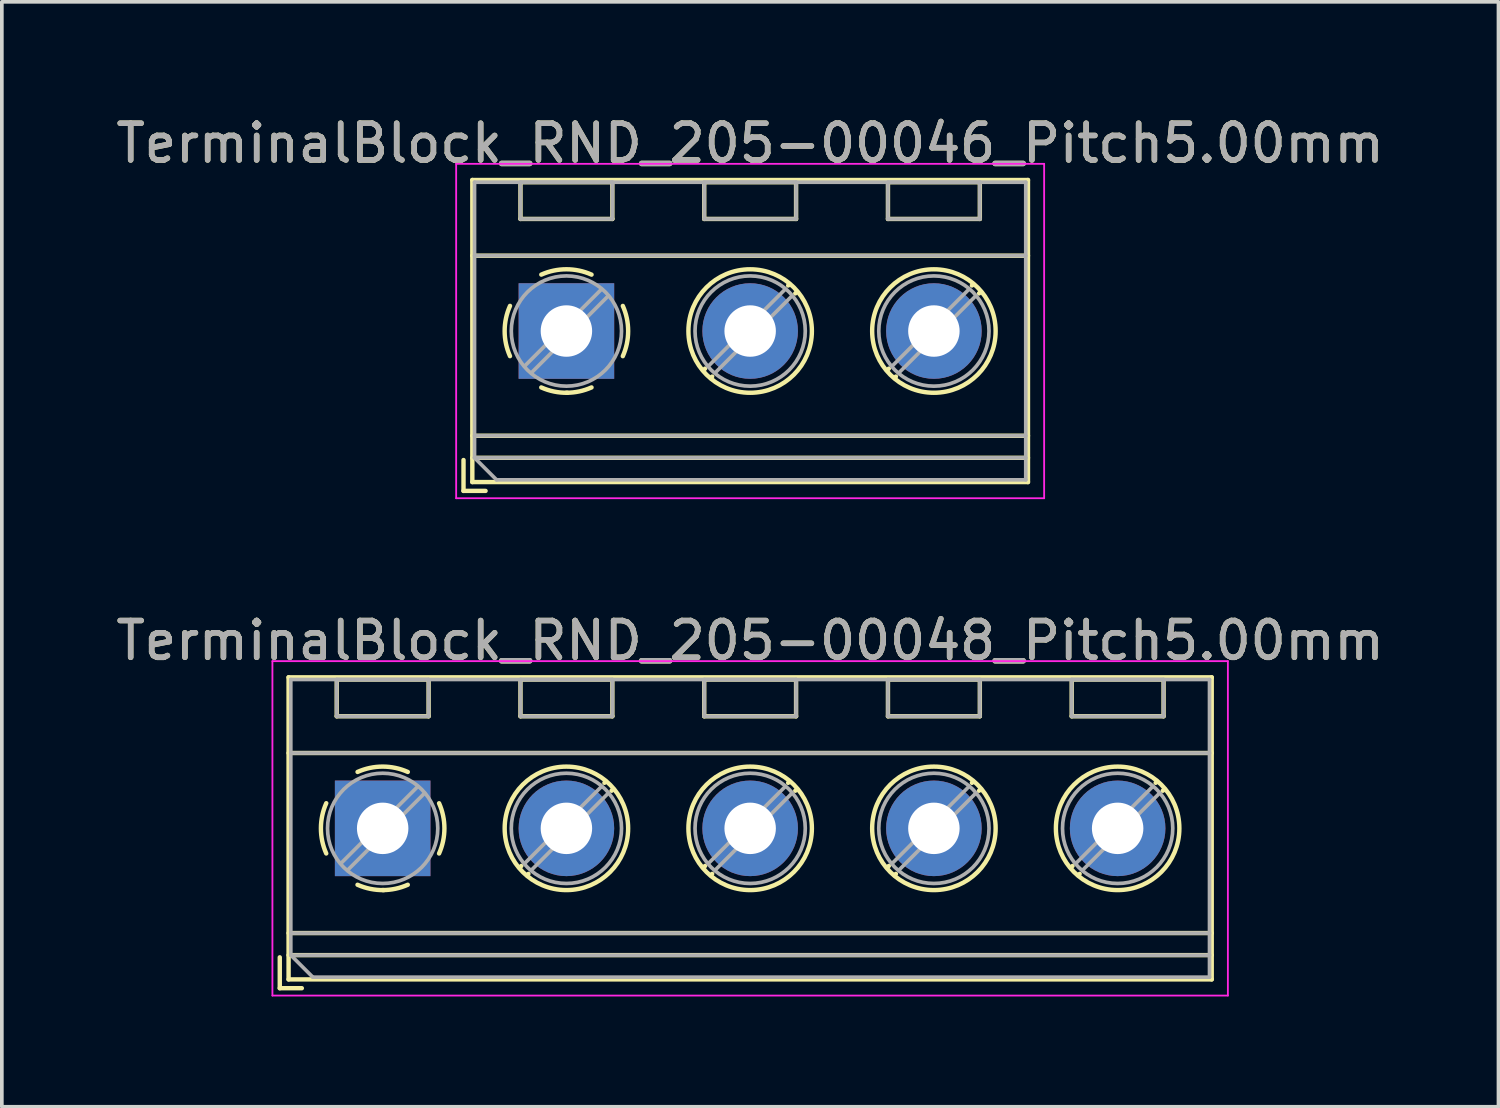
<source format=kicad_pcb>
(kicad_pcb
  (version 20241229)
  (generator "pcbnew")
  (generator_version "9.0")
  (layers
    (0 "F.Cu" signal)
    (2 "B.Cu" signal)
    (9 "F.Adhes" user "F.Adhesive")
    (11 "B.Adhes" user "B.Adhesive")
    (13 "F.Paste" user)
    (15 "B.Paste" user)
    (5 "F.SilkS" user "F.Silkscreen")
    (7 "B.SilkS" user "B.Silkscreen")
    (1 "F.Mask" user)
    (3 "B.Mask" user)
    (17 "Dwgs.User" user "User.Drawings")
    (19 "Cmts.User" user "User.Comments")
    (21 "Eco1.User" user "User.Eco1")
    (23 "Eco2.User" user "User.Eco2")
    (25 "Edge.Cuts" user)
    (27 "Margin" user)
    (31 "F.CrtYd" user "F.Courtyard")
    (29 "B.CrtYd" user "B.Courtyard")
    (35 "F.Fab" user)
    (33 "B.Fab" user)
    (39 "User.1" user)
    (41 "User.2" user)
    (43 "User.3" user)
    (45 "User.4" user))
  (footprint "TerminalBlock_RND_205-00048_Pitch5.00mm"
    (layer "F.Cu")
    (at 7.363 19.491)
    (property "Reference" "TerminalBlock_RND_205-00048_Pitch5.00mm" (at 10 -5.11 0) (layer "F.SilkS") (effects (font (size 1 1) (thickness 0.15))))
    (attr through_hole)
    (fp_line (start -2.8 3.51) (end -2.8 4.35) (stroke (width 0.12) (type solid)) (layer "F.SilkS"))
    (fp_line (start -2.8 4.35) (end -2.2 4.35) (stroke (width 0.12) (type solid)) (layer "F.SilkS"))
    (fp_line (start -2.56 -4.11) (end -2.56 4.11) (stroke (width 0.12) (type solid)) (layer "F.SilkS"))
    (fp_line (start -2.56 -2.05) (end 22.56 -2.05) (stroke (width 0.12) (type solid)) (layer "F.SilkS"))
    (fp_line (start -2.56 2.85) (end 22.56 2.85) (stroke (width 0.12) (type solid)) (layer "F.SilkS"))
    (fp_line (start -2.56 3.45) (end 22.56 3.45) (stroke (width 0.12) (type solid)) (layer "F.SilkS"))
    (fp_line (start -2.56 4.11) (end 22.56 4.11) (stroke (width 0.12) (type solid)) (layer "F.SilkS"))
    (fp_line (start -1.25 -4.05) (end -1.25 -3.05) (stroke (width 0.12) (type solid)) (layer "F.SilkS"))
    (fp_line (start -1.25 -4.05) (end 1.25 -4.05) (stroke (width 0.12) (type solid)) (layer "F.SilkS"))
    (fp_line (start -1.25 -3.05) (end 1.25 -3.05) (stroke (width 0.12) (type solid)) (layer "F.SilkS"))
    (fp_line (start 1.25 -4.05) (end 1.25 -3.05) (stroke (width 0.12) (type solid)) (layer "F.SilkS"))
    (fp_line (start 3.75 -4.05) (end 3.75 -3.05) (stroke (width 0.12) (type solid)) (layer "F.SilkS"))
    (fp_line (start 3.75 -4.05) (end 6.25 -4.05) (stroke (width 0.12) (type solid)) (layer "F.SilkS"))
    (fp_line (start 3.75 -3.05) (end 6.25 -3.05) (stroke (width 0.12) (type solid)) (layer "F.SilkS"))
    (fp_line (start 3.773 1.023) (end 3.726 1.069) (stroke (width 0.12) (type solid)) (layer "F.SilkS"))
    (fp_line (start 3.966 1.239) (end 3.931 1.274) (stroke (width 0.12) (type solid)) (layer "F.SilkS"))
    (fp_line (start 6.07 -1.275) (end 6.035 -1.239) (stroke (width 0.12) (type solid)) (layer "F.SilkS"))
    (fp_line (start 6.25 -4.05) (end 6.25 -3.05) (stroke (width 0.12) (type solid)) (layer "F.SilkS"))
    (fp_line (start 6.275 -1.069) (end 6.228 -1.023) (stroke (width 0.12) (type solid)) (layer "F.SilkS"))
    (fp_line (start 8.75 -4.05) (end 8.75 -3.05) (stroke (width 0.12) (type solid)) (layer "F.SilkS"))
    (fp_line (start 8.75 -4.05) (end 11.25 -4.05) (stroke (width 0.12) (type solid)) (layer "F.SilkS"))
    (fp_line (start 8.75 -3.05) (end 11.25 -3.05) (stroke (width 0.12) (type solid)) (layer "F.SilkS"))
    (fp_line (start 8.773 1.023) (end 8.726 1.069) (stroke (width 0.12) (type solid)) (layer "F.SilkS"))
    (fp_line (start 8.966 1.239) (end 8.931 1.274) (stroke (width 0.12) (type solid)) (layer "F.SilkS"))
    (fp_line (start 11.07 -1.275) (end 11.035 -1.239) (stroke (width 0.12) (type solid)) (layer "F.SilkS"))
    (fp_line (start 11.25 -4.05) (end 11.25 -3.05) (stroke (width 0.12) (type solid)) (layer "F.SilkS"))
    (fp_line (start 11.275 -1.069) (end 11.228 -1.023) (stroke (width 0.12) (type solid)) (layer "F.SilkS"))
    (fp_line (start 13.75 -4.05) (end 13.75 -3.05) (stroke (width 0.12) (type solid)) (layer "F.SilkS"))
    (fp_line (start 13.75 -4.05) (end 16.25 -4.05) (stroke (width 0.12) (type solid)) (layer "F.SilkS"))
    (fp_line (start 13.75 -3.05) (end 16.25 -3.05) (stroke (width 0.12) (type solid)) (layer "F.SilkS"))
    (fp_line (start 13.773 1.023) (end 13.726 1.069) (stroke (width 0.12) (type solid)) (layer "F.SilkS"))
    (fp_line (start 13.966 1.239) (end 13.931 1.274) (stroke (width 0.12) (type solid)) (layer "F.SilkS"))
    (fp_line (start 16.07 -1.275) (end 16.035 -1.239) (stroke (width 0.12) (type solid)) (layer "F.SilkS"))
    (fp_line (start 16.25 -4.05) (end 16.25 -3.05) (stroke (width 0.12) (type solid)) (layer "F.SilkS"))
    (fp_line (start 16.275 -1.069) (end 16.228 -1.023) (stroke (width 0.12) (type solid)) (layer "F.SilkS"))
    (fp_line (start 18.75 -4.05) (end 18.75 -3.05) (stroke (width 0.12) (type solid)) (layer "F.SilkS"))
    (fp_line (start 18.75 -4.05) (end 21.25 -4.05) (stroke (width 0.12) (type solid)) (layer "F.SilkS"))
    (fp_line (start 18.75 -3.05) (end 21.25 -3.05) (stroke (width 0.12) (type solid)) (layer "F.SilkS"))
    (fp_line (start 18.773 1.023) (end 18.726 1.069) (stroke (width 0.12) (type solid)) (layer "F.SilkS"))
    (fp_line (start 18.966 1.239) (end 18.931 1.274) (stroke (width 0.12) (type solid)) (layer "F.SilkS"))
    (fp_line (start 21.07 -1.275) (end 21.035 -1.239) (stroke (width 0.12) (type solid)) (layer "F.SilkS"))
    (fp_line (start 21.25 -4.05) (end 21.25 -3.05) (stroke (width 0.12) (type solid)) (layer "F.SilkS"))
    (fp_line (start 21.275 -1.069) (end 21.228 -1.023) (stroke (width 0.12) (type solid)) (layer "F.SilkS"))
    (fp_line (start 22.56 -4.11) (end -2.56 -4.11) (stroke (width 0.12) (type solid)) (layer "F.SilkS"))
    (fp_line (start 22.56 4.11) (end 22.56 -4.11) (stroke (width 0.12) (type solid)) (layer "F.SilkS"))
    (fp_arc (start -1.535427 0.683042) (mid -1.680501 -0.000524) (end -1.535 -0.684) (stroke (width 0.12) (type solid)) (layer "F.SilkS"))
    (fp_arc (start -0.683042 -1.535427) (mid 0.000524 -1.680501) (end 0.684 -1.535) (stroke (width 0.12) (type solid)) (layer "F.SilkS"))
    (fp_arc (start 0.028805 1.680253) (mid -0.335551 1.646659) (end -0.684 1.535) (stroke (width 0.12) (type solid)) (layer "F.SilkS"))
    (fp_arc (start 0.683318 1.534756) (mid 0.349292 1.643288) (end 0 1.68) (stroke (width 0.12) (type solid)) (layer "F.SilkS"))
    (fp_arc (start 1.535427 -0.683042) (mid 1.680501 0.000524) (end 1.535 0.684) (stroke (width 0.12) (type solid)) (layer "F.SilkS"))
    (fp_circle (center 5 0) (end 6.68 0) (stroke (width 0.12) (type solid)) (fill no) (layer "F.SilkS"))
    (fp_circle (center 10 0) (end 11.68 0) (stroke (width 0.12) (type solid)) (fill no) (layer "F.SilkS"))
    (fp_circle (center 15 0) (end 16.68 0) (stroke (width 0.12) (type solid)) (fill no) (layer "F.SilkS"))
    (fp_circle (center 20 0) (end 21.68 0) (stroke (width 0.12) (type solid)) (fill no) (layer "F.SilkS"))
    (fp_line (start -3 -4.55) (end -3 4.55) (stroke (width 0.05) (type solid)) (layer "F.CrtYd"))
    (fp_line (start -3 4.55) (end 23 4.55) (stroke (width 0.05) (type solid)) (layer "F.CrtYd"))
    (fp_line (start 23 -4.55) (end -3 -4.55) (stroke (width 0.05) (type solid)) (layer "F.CrtYd"))
    (fp_line (start 23 4.55) (end 23 -4.55) (stroke (width 0.05) (type solid)) (layer "F.CrtYd"))
    (fp_line (start -2.5 -4.05) (end 22.5 -4.05) (stroke (width 0.1) (type solid)) (layer "F.Fab"))
    (fp_line (start -2.5 -2.05) (end 22.5 -2.05) (stroke (width 0.1) (type solid)) (layer "F.Fab"))
    (fp_line (start -2.5 2.85) (end 22.5 2.85) (stroke (width 0.1) (type solid)) (layer "F.Fab"))
    (fp_line (start -2.5 3.45) (end -2.5 -4.05) (stroke (width 0.1) (type solid)) (layer "F.Fab"))
    (fp_line (start -2.5 3.45) (end 22.5 3.45) (stroke (width 0.1) (type solid)) (layer "F.Fab"))
    (fp_line (start -1.9 4.05) (end -2.5 3.45) (stroke (width 0.1) (type solid)) (layer "F.Fab"))
    (fp_line (start -1.25 -4.05) (end -1.25 -3.05) (stroke (width 0.1) (type solid)) (layer "F.Fab"))
    (fp_line (start -1.25 -3.05) (end 1.25 -3.05) (stroke (width 0.1) (type solid)) (layer "F.Fab"))
    (fp_line (start 0.955 -1.138) (end -1.138 0.955) (stroke (width 0.1) (type solid)) (layer "F.Fab"))
    (fp_line (start 1.138 -0.955) (end -0.955 1.138) (stroke (width 0.1) (type solid)) (layer "F.Fab"))
    (fp_line (start 1.25 -4.05) (end -1.25 -4.05) (stroke (width 0.1) (type solid)) (layer "F.Fab"))
    (fp_line (start 1.25 -3.05) (end 1.25 -4.05) (stroke (width 0.1) (type solid)) (layer "F.Fab"))
    (fp_line (start 3.75 -4.05) (end 3.75 -3.05) (stroke (width 0.1) (type solid)) (layer "F.Fab"))
    (fp_line (start 3.75 -3.05) (end 6.25 -3.05) (stroke (width 0.1) (type solid)) (layer "F.Fab"))
    (fp_line (start 5.955 -1.138) (end 3.863 0.955) (stroke (width 0.1) (type solid)) (layer "F.Fab"))
    (fp_line (start 6.138 -0.955) (end 4.046 1.138) (stroke (width 0.1) (type solid)) (layer "F.Fab"))
    (fp_line (start 6.25 -4.05) (end 3.75 -4.05) (stroke (width 0.1) (type solid)) (layer "F.Fab"))
    (fp_line (start 6.25 -3.05) (end 6.25 -4.05) (stroke (width 0.1) (type solid)) (layer "F.Fab"))
    (fp_line (start 8.75 -4.05) (end 8.75 -3.05) (stroke (width 0.1) (type solid)) (layer "F.Fab"))
    (fp_line (start 8.75 -3.05) (end 11.25 -3.05) (stroke (width 0.1) (type solid)) (layer "F.Fab"))
    (fp_line (start 10.955 -1.138) (end 8.863 0.955) (stroke (width 0.1) (type solid)) (layer "F.Fab"))
    (fp_line (start 11.138 -0.955) (end 9.046 1.138) (stroke (width 0.1) (type solid)) (layer "F.Fab"))
    (fp_line (start 11.25 -4.05) (end 8.75 -4.05) (stroke (width 0.1) (type solid)) (layer "F.Fab"))
    (fp_line (start 11.25 -3.05) (end 11.25 -4.05) (stroke (width 0.1) (type solid)) (layer "F.Fab"))
    (fp_line (start 13.75 -4.05) (end 13.75 -3.05) (stroke (width 0.1) (type solid)) (layer "F.Fab"))
    (fp_line (start 13.75 -3.05) (end 16.25 -3.05) (stroke (width 0.1) (type solid)) (layer "F.Fab"))
    (fp_line (start 15.955 -1.138) (end 13.863 0.955) (stroke (width 0.1) (type solid)) (layer "F.Fab"))
    (fp_line (start 16.138 -0.955) (end 14.046 1.138) (stroke (width 0.1) (type solid)) (layer "F.Fab"))
    (fp_line (start 16.25 -4.05) (end 13.75 -4.05) (stroke (width 0.1) (type solid)) (layer "F.Fab"))
    (fp_line (start 16.25 -3.05) (end 16.25 -4.05) (stroke (width 0.1) (type solid)) (layer "F.Fab"))
    (fp_line (start 18.75 -4.05) (end 18.75 -3.05) (stroke (width 0.1) (type solid)) (layer "F.Fab"))
    (fp_line (start 18.75 -3.05) (end 21.25 -3.05) (stroke (width 0.1) (type solid)) (layer "F.Fab"))
    (fp_line (start 20.955 -1.138) (end 18.863 0.955) (stroke (width 0.1) (type solid)) (layer "F.Fab"))
    (fp_line (start 21.138 -0.955) (end 19.046 1.138) (stroke (width 0.1) (type solid)) (layer "F.Fab"))
    (fp_line (start 21.25 -4.05) (end 18.75 -4.05) (stroke (width 0.1) (type solid)) (layer "F.Fab"))
    (fp_line (start 21.25 -3.05) (end 21.25 -4.05) (stroke (width 0.1) (type solid)) (layer "F.Fab"))
    (fp_line (start 22.5 -4.05) (end 22.5 4.05) (stroke (width 0.1) (type solid)) (layer "F.Fab"))
    (fp_line (start 22.5 4.05) (end -1.9 4.05) (stroke (width 0.1) (type solid)) (layer "F.Fab"))
    (fp_circle (center 0 0) (end 1.5 0) (stroke (width 0.1) (type solid)) (fill no) (layer "F.Fab"))
    (fp_circle (center 5 0) (end 6.5 0) (stroke (width 0.1) (type solid)) (fill no) (layer "F.Fab"))
    (fp_circle (center 10 0) (end 11.5 0) (stroke (width 0.1) (type solid)) (fill no) (layer "F.Fab"))
    (fp_circle (center 15 0) (end 16.5 0) (stroke (width 0.1) (type solid)) (fill no) (layer "F.Fab"))
    (fp_circle (center 20 0) (end 21.5 0) (stroke (width 0.1) (type solid)) (fill no) (layer "F.Fab"))
    (fp_text user "${REFERENCE}" (at 10 -5.11 0) (layer "F.Fab") (effects (font (size 1 1) (thickness 0.15))))
    (pad "1" thru_hole rect (at 0 0) (size 2.6 2.6) (drill 1.4) (layers "*.Cu" "*.Mask"))
    (pad "2" thru_hole circle (at 5 0) (size 2.6 2.6) (drill 1.4) (layers "*.Cu" "*.Mask"))
    (pad "3" thru_hole circle (at 10 0) (size 2.6 2.6) (drill 1.4) (layers "*.Cu" "*.Mask"))
    (pad "4" thru_hole circle (at 15 0) (size 2.6 2.6) (drill 1.4) (layers "*.Cu" "*.Mask"))
    (pad "5" thru_hole circle (at 20 0) (size 2.6 2.6) (drill 1.4) (layers "*.Cu" "*.Mask")))
  (footprint "TerminalBlock_RND_205-00046_Pitch5.00mm"
    (layer "F.Cu")
    (at 12.363 5.958)
    (property "Reference" "TerminalBlock_RND_205-00046_Pitch5.00mm" (at 5 -5.11 0) (layer "F.SilkS") (effects (font (size 1 1) (thickness 0.15))))
    (attr through_hole)
    (fp_line (start -2.8 3.51) (end -2.8 4.35) (stroke (width 0.12) (type solid)) (layer "F.SilkS"))
    (fp_line (start -2.8 4.35) (end -2.2 4.35) (stroke (width 0.12) (type solid)) (layer "F.SilkS"))
    (fp_line (start -2.56 -4.11) (end -2.56 4.11) (stroke (width 0.12) (type solid)) (layer "F.SilkS"))
    (fp_line (start -2.56 -2.05) (end 12.56 -2.05) (stroke (width 0.12) (type solid)) (layer "F.SilkS"))
    (fp_line (start -2.56 2.85) (end 12.56 2.85) (stroke (width 0.12) (type solid)) (layer "F.SilkS"))
    (fp_line (start -2.56 3.45) (end 12.56 3.45) (stroke (width 0.12) (type solid)) (layer "F.SilkS"))
    (fp_line (start -2.56 4.11) (end 12.56 4.11) (stroke (width 0.12) (type solid)) (layer "F.SilkS"))
    (fp_line (start -1.25 -4.05) (end -1.25 -3.05) (stroke (width 0.12) (type solid)) (layer "F.SilkS"))
    (fp_line (start -1.25 -4.05) (end 1.25 -4.05) (stroke (width 0.12) (type solid)) (layer "F.SilkS"))
    (fp_line (start -1.25 -3.05) (end 1.25 -3.05) (stroke (width 0.12) (type solid)) (layer "F.SilkS"))
    (fp_line (start 1.25 -4.05) (end 1.25 -3.05) (stroke (width 0.12) (type solid)) (layer "F.SilkS"))
    (fp_line (start 3.75 -4.05) (end 3.75 -3.05) (stroke (width 0.12) (type solid)) (layer "F.SilkS"))
    (fp_line (start 3.75 -4.05) (end 6.25 -4.05) (stroke (width 0.12) (type solid)) (layer "F.SilkS"))
    (fp_line (start 3.75 -3.05) (end 6.25 -3.05) (stroke (width 0.12) (type solid)) (layer "F.SilkS"))
    (fp_line (start 3.773 1.023) (end 3.726 1.069) (stroke (width 0.12) (type solid)) (layer "F.SilkS"))
    (fp_line (start 3.966 1.239) (end 3.931 1.274) (stroke (width 0.12) (type solid)) (layer "F.SilkS"))
    (fp_line (start 6.07 -1.275) (end 6.035 -1.239) (stroke (width 0.12) (type solid)) (layer "F.SilkS"))
    (fp_line (start 6.25 -4.05) (end 6.25 -3.05) (stroke (width 0.12) (type solid)) (layer "F.SilkS"))
    (fp_line (start 6.275 -1.069) (end 6.228 -1.023) (stroke (width 0.12) (type solid)) (layer "F.SilkS"))
    (fp_line (start 8.75 -4.05) (end 8.75 -3.05) (stroke (width 0.12) (type solid)) (layer "F.SilkS"))
    (fp_line (start 8.75 -4.05) (end 11.25 -4.05) (stroke (width 0.12) (type solid)) (layer "F.SilkS"))
    (fp_line (start 8.75 -3.05) (end 11.25 -3.05) (stroke (width 0.12) (type solid)) (layer "F.SilkS"))
    (fp_line (start 8.773 1.023) (end 8.726 1.069) (stroke (width 0.12) (type solid)) (layer "F.SilkS"))
    (fp_line (start 8.966 1.239) (end 8.931 1.274) (stroke (width 0.12) (type solid)) (layer "F.SilkS"))
    (fp_line (start 11.07 -1.275) (end 11.035 -1.239) (stroke (width 0.12) (type solid)) (layer "F.SilkS"))
    (fp_line (start 11.25 -4.05) (end 11.25 -3.05) (stroke (width 0.12) (type solid)) (layer "F.SilkS"))
    (fp_line (start 11.275 -1.069) (end 11.228 -1.023) (stroke (width 0.12) (type solid)) (layer "F.SilkS"))
    (fp_line (start 12.56 -4.11) (end -2.56 -4.11) (stroke (width 0.12) (type solid)) (layer "F.SilkS"))
    (fp_line (start 12.56 4.11) (end 12.56 -4.11) (stroke (width 0.12) (type solid)) (layer "F.SilkS"))
    (fp_arc (start -1.535427 0.683042) (mid -1.680501 -0.000524) (end -1.535 -0.684) (stroke (width 0.12) (type solid)) (layer "F.SilkS"))
    (fp_arc (start -0.683042 -1.535427) (mid 0.000524 -1.680501) (end 0.684 -1.535) (stroke (width 0.12) (type solid)) (layer "F.SilkS"))
    (fp_arc (start 0.028805 1.680253) (mid -0.335551 1.646659) (end -0.684 1.535) (stroke (width 0.12) (type solid)) (layer "F.SilkS"))
    (fp_arc (start 0.683318 1.534756) (mid 0.349292 1.643288) (end 0 1.68) (stroke (width 0.12) (type solid)) (layer "F.SilkS"))
    (fp_arc (start 1.535427 -0.683042) (mid 1.680501 0.000524) (end 1.535 0.684) (stroke (width 0.12) (type solid)) (layer "F.SilkS"))
    (fp_circle (center 5 0) (end 6.68 0) (stroke (width 0.12) (type solid)) (fill no) (layer "F.SilkS"))
    (fp_circle (center 10 0) (end 11.68 0) (stroke (width 0.12) (type solid)) (fill no) (layer "F.SilkS"))
    (fp_line (start -3 -4.55) (end -3 4.55) (stroke (width 0.05) (type solid)) (layer "F.CrtYd"))
    (fp_line (start -3 4.55) (end 13 4.55) (stroke (width 0.05) (type solid)) (layer "F.CrtYd"))
    (fp_line (start 13 -4.55) (end -3 -4.55) (stroke (width 0.05) (type solid)) (layer "F.CrtYd"))
    (fp_line (start 13 4.55) (end 13 -4.55) (stroke (width 0.05) (type solid)) (layer "F.CrtYd"))
    (fp_line (start -2.5 -4.05) (end 12.5 -4.05) (stroke (width 0.1) (type solid)) (layer "F.Fab"))
    (fp_line (start -2.5 -2.05) (end 12.5 -2.05) (stroke (width 0.1) (type solid)) (layer "F.Fab"))
    (fp_line (start -2.5 2.85) (end 12.5 2.85) (stroke (width 0.1) (type solid)) (layer "F.Fab"))
    (fp_line (start -2.5 3.45) (end -2.5 -4.05) (stroke (width 0.1) (type solid)) (layer "F.Fab"))
    (fp_line (start -2.5 3.45) (end 12.5 3.45) (stroke (width 0.1) (type solid)) (layer "F.Fab"))
    (fp_line (start -1.9 4.05) (end -2.5 3.45) (stroke (width 0.1) (type solid)) (layer "F.Fab"))
    (fp_line (start -1.25 -4.05) (end -1.25 -3.05) (stroke (width 0.1) (type solid)) (layer "F.Fab"))
    (fp_line (start -1.25 -3.05) (end 1.25 -3.05) (stroke (width 0.1) (type solid)) (layer "F.Fab"))
    (fp_line (start 0.955 -1.138) (end -1.138 0.955) (stroke (width 0.1) (type solid)) (layer "F.Fab"))
    (fp_line (start 1.138 -0.955) (end -0.955 1.138) (stroke (width 0.1) (type solid)) (layer "F.Fab"))
    (fp_line (start 1.25 -4.05) (end -1.25 -4.05) (stroke (width 0.1) (type solid)) (layer "F.Fab"))
    (fp_line (start 1.25 -3.05) (end 1.25 -4.05) (stroke (width 0.1) (type solid)) (layer "F.Fab"))
    (fp_line (start 3.75 -4.05) (end 3.75 -3.05) (stroke (width 0.1) (type solid)) (layer "F.Fab"))
    (fp_line (start 3.75 -3.05) (end 6.25 -3.05) (stroke (width 0.1) (type solid)) (layer "F.Fab"))
    (fp_line (start 5.955 -1.138) (end 3.863 0.955) (stroke (width 0.1) (type solid)) (layer "F.Fab"))
    (fp_line (start 6.138 -0.955) (end 4.046 1.138) (stroke (width 0.1) (type solid)) (layer "F.Fab"))
    (fp_line (start 6.25 -4.05) (end 3.75 -4.05) (stroke (width 0.1) (type solid)) (layer "F.Fab"))
    (fp_line (start 6.25 -3.05) (end 6.25 -4.05) (stroke (width 0.1) (type solid)) (layer "F.Fab"))
    (fp_line (start 8.75 -4.05) (end 8.75 -3.05) (stroke (width 0.1) (type solid)) (layer "F.Fab"))
    (fp_line (start 8.75 -3.05) (end 11.25 -3.05) (stroke (width 0.1) (type solid)) (layer "F.Fab"))
    (fp_line (start 10.955 -1.138) (end 8.863 0.955) (stroke (width 0.1) (type solid)) (layer "F.Fab"))
    (fp_line (start 11.138 -0.955) (end 9.046 1.138) (stroke (width 0.1) (type solid)) (layer "F.Fab"))
    (fp_line (start 11.25 -4.05) (end 8.75 -4.05) (stroke (width 0.1) (type solid)) (layer "F.Fab"))
    (fp_line (start 11.25 -3.05) (end 11.25 -4.05) (stroke (width 0.1) (type solid)) (layer "F.Fab"))
    (fp_line (start 12.5 -4.05) (end 12.5 4.05) (stroke (width 0.1) (type solid)) (layer "F.Fab"))
    (fp_line (start 12.5 4.05) (end -1.9 4.05) (stroke (width 0.1) (type solid)) (layer "F.Fab"))
    (fp_circle (center 0 0) (end 1.5 0) (stroke (width 0.1) (type solid)) (fill no) (layer "F.Fab"))
    (fp_circle (center 5 0) (end 6.5 0) (stroke (width 0.1) (type solid)) (fill no) (layer "F.Fab"))
    (fp_circle (center 10 0) (end 11.5 0) (stroke (width 0.1) (type solid)) (fill no) (layer "F.Fab"))
    (fp_text user "${REFERENCE}" (at 5 -5.11 0) (layer "F.Fab") (effects (font (size 1 1) (thickness 0.15))))
    (pad "1" thru_hole rect (at 0 0) (size 2.6 2.6) (drill 1.4) (layers "*.Cu" "*.Mask"))
    (pad "2" thru_hole circle (at 5 0) (size 2.6 2.6) (drill 1.4) (layers "*.Cu" "*.Mask"))
    (pad "3" thru_hole circle (at 10 0) (size 2.6 2.6) (drill 1.4) (layers "*.Cu" "*.Mask")))
  (gr_rect
    (start -3 -3)
    (end 37.726 27.067)
    (stroke (width 0.1) (type default))
    (fill no)
    (layer "Edge.Cuts")))
</source>
